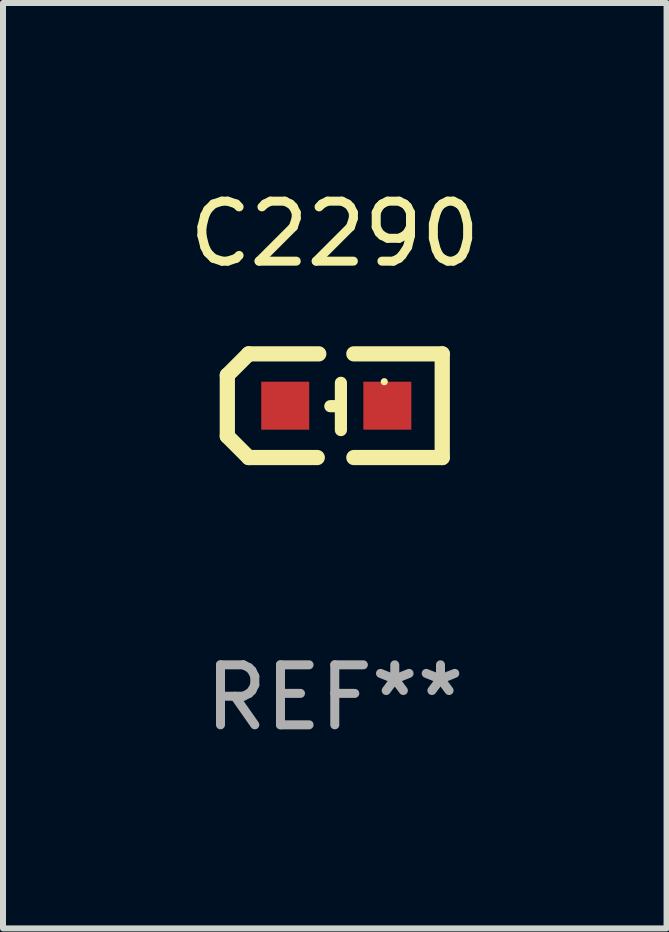
<source format=kicad_pcb>
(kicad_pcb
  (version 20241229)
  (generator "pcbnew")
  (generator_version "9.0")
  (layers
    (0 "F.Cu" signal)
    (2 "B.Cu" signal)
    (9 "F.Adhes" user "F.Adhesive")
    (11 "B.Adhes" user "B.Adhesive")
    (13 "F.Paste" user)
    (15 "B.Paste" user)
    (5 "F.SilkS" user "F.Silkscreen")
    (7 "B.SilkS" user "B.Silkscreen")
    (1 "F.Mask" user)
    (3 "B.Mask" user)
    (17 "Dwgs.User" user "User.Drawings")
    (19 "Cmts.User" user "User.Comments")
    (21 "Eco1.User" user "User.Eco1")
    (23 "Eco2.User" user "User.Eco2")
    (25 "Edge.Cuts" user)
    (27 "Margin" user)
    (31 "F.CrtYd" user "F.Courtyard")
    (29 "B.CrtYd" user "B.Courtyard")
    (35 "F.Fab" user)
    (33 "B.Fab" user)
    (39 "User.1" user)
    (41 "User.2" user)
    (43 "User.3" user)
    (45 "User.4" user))
  (footprint "C2290"
    (layer "F.Cu")
    (at 2.53 3.712)
    (property "Reference" "C2290" (at 0 -2.864 0) (layer "F.SilkS") (effects (font (size 1 1) (thickness 0.15))))
    (attr through_hole)
    (fp_line (start -1.791 -0.508) (end -1.435 -0.864) (stroke (width 0.254) (type solid)) (layer "F.SilkS"))
    (fp_line (start -1.791 0.508) (end -1.791 -0.508) (stroke (width 0.254) (type solid)) (layer "F.SilkS"))
    (fp_line (start -1.435 0.864) (end -1.791 0.508) (stroke (width 0.254) (type solid)) (layer "F.SilkS"))
    (fp_line (start -0.292 0.864) (end -1.435 0.864) (stroke (width 0.254) (type solid)) (layer "F.SilkS"))
    (fp_line (start -0.267 -0.864) (end -1.435 -0.864) (stroke (width 0.254) (type solid)) (layer "F.SilkS"))
    (fp_line (start 0.102 0.008) (end -0.074 0.008) (stroke (width 0.203) (type solid)) (layer "F.SilkS"))
    (fp_line (start 0.102 0.406) (end 0.102 -0.381) (stroke (width 0.203) (type solid)) (layer "F.SilkS"))
    (fp_line (start 1.791 -0.864) (end 0.318 -0.864) (stroke (width 0.254) (type solid)) (layer "F.SilkS"))
    (fp_line (start 1.791 0.864) (end 0.318 0.864) (stroke (width 0.254) (type solid)) (layer "F.SilkS"))
    (fp_line (start 1.791 0.864) (end 1.791 -0.864) (stroke (width 0.254) (type solid)) (layer "F.SilkS"))
    (fp_circle (center 0.825 -0.4) (end 0.855 -0.4) (stroke (width 0.06) (type solid)) (fill no) (layer "F.SilkS"))
    (fp_text user "REF**" (at 0 4.864 0) (layer "F.Fab") (effects (font (size 1 1) (thickness 0.15))))
    (pad "1" smd rect (at 0.876 0 90) (size 0.8 0.8) (layers "F.Cu" "F.Mask" "F.Paste"))
    (pad "2" smd rect (at -0.826 0 90) (size 0.8 0.8) (layers "F.Cu" "F.Mask" "F.Paste")))
  (gr_rect
    (start -3 -3)
    (end 8.06 12.424)
    (stroke (width 0.1) (type default))
    (fill no)
    (layer "Edge.Cuts")))
</source>
